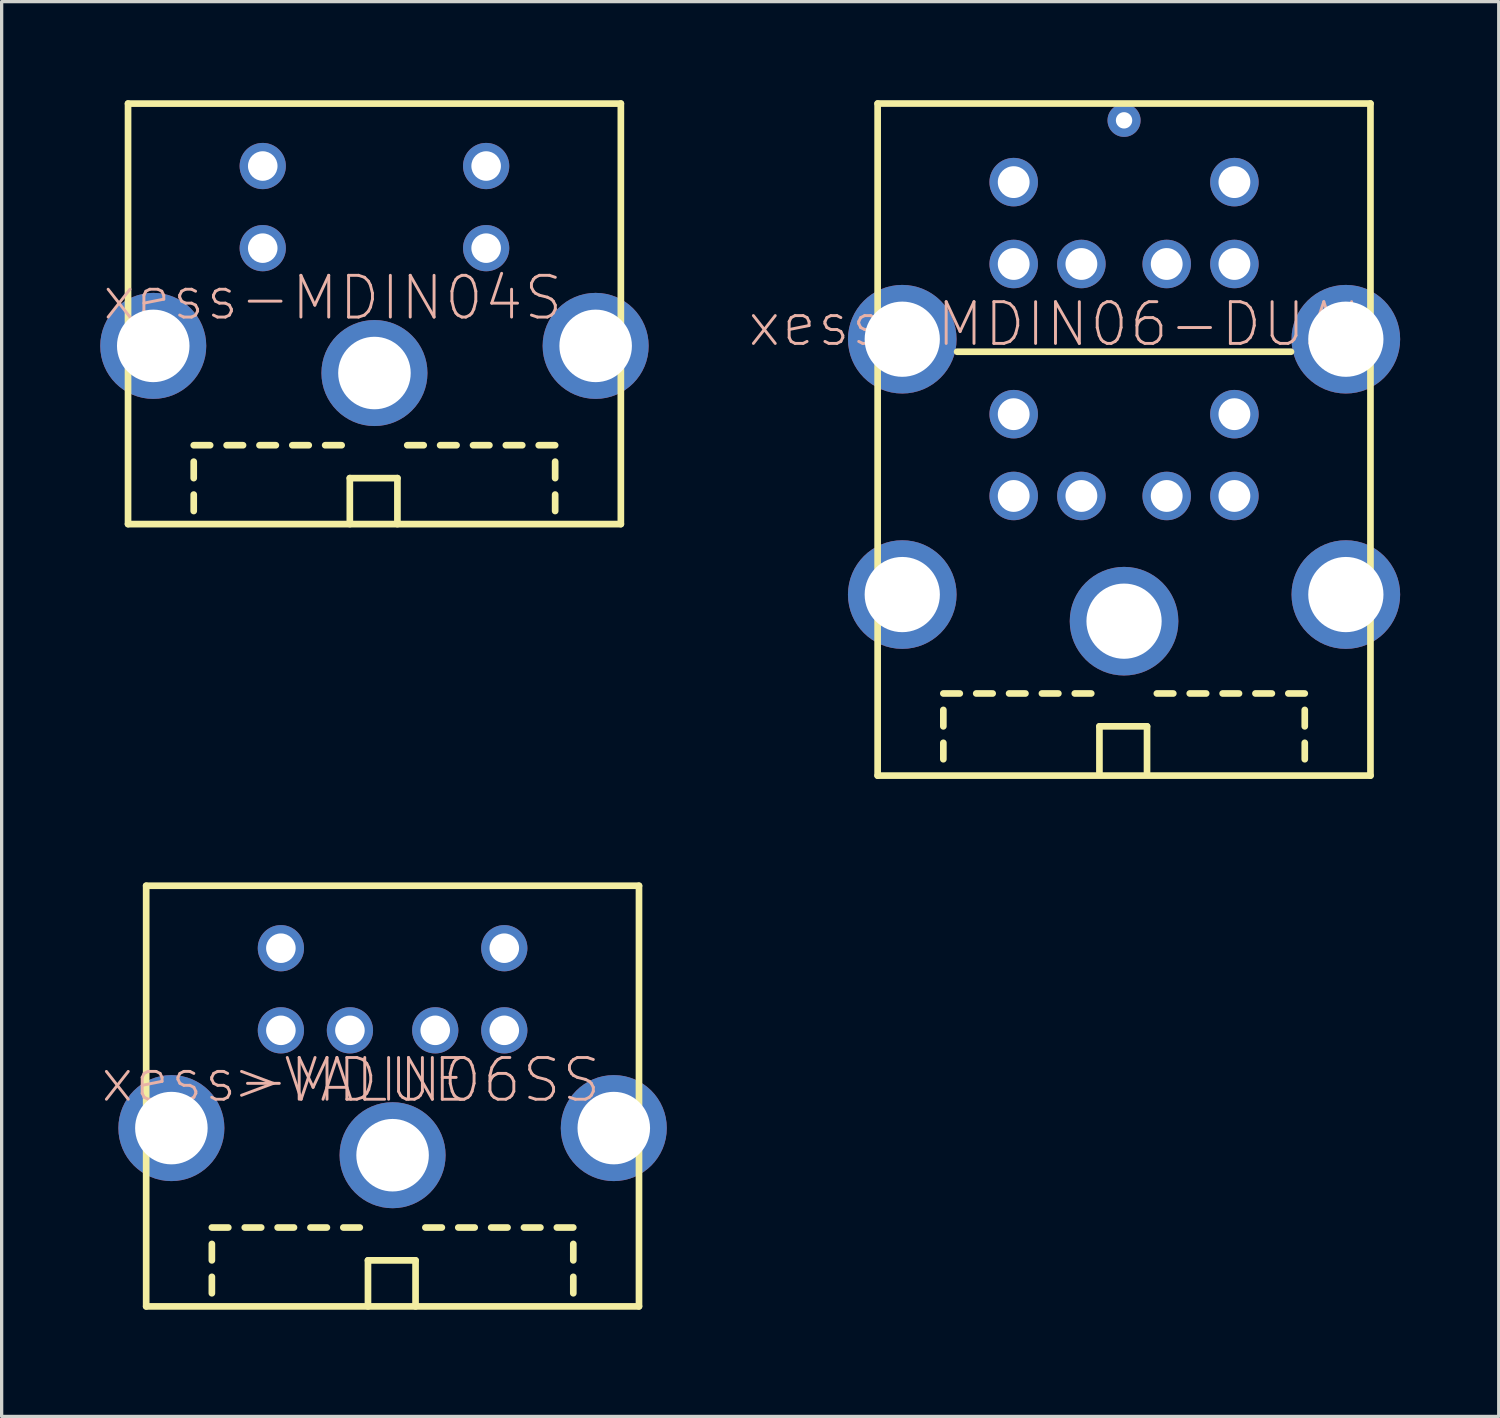
<source format=kicad_pcb>
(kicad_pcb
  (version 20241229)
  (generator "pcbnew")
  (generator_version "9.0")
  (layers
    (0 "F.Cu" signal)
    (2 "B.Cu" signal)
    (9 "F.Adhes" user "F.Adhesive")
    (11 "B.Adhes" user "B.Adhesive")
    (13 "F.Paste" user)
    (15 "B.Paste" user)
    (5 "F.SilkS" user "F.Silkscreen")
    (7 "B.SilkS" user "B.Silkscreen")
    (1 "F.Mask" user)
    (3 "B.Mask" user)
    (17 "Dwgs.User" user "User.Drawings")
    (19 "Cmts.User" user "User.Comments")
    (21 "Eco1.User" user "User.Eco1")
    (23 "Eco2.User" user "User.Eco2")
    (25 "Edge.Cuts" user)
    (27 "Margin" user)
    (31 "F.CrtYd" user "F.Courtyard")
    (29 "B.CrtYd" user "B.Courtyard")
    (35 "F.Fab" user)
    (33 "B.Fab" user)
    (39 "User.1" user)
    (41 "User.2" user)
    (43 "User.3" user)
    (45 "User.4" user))
  (footprint "xess-MDIN04S"
    (layer "F.Cu")
    (at 8.344 5.38)
    (property "Reference" "xess-MDIN04S" (at -1.27 0.635 0) (layer "B.SilkS") (effects (font (size 1.27 1.27) (thickness 0.089))))
    (attr exclude_from_pos_files exclude_from_bom)
    (fp_line (start -7.498 -5.278) (end -7.498 7.518) (stroke (width 0.203) (type solid)) (layer "F.SilkS"))
    (fp_line (start -7.498 7.518) (end 7.498 7.518) (stroke (width 0.203) (type solid)) (layer "F.SilkS"))
    (fp_line (start -5.499 5.118) (end -4.999 5.118) (stroke (width 0.203) (type solid)) (layer "F.SilkS"))
    (fp_line (start -5.499 6.119) (end -5.499 5.618) (stroke (width 0.203) (type solid)) (layer "F.SilkS"))
    (fp_line (start -5.499 7.12) (end -5.499 6.619) (stroke (width 0.203) (type solid)) (layer "F.SilkS"))
    (fp_line (start -4.498 5.118) (end -3.998 5.118) (stroke (width 0.203) (type solid)) (layer "F.SilkS"))
    (fp_line (start -3.498 5.118) (end -3 5.118) (stroke (width 0.203) (type solid)) (layer "F.SilkS"))
    (fp_line (start -2.499 5.118) (end -1.999 5.118) (stroke (width 0.203) (type solid)) (layer "F.SilkS"))
    (fp_line (start -1.499 5.118) (end -0.998 5.118) (stroke (width 0.203) (type solid)) (layer "F.SilkS"))
    (fp_line (start -0.749 6.119) (end 0.699 6.119) (stroke (width 0.203) (type solid)) (layer "F.SilkS"))
    (fp_line (start -0.749 7.518) (end -0.749 6.119) (stroke (width 0.203) (type solid)) (layer "F.SilkS"))
    (fp_line (start 0.699 6.119) (end 0.699 7.518) (stroke (width 0.203) (type solid)) (layer "F.SilkS"))
    (fp_line (start 0.998 5.118) (end 1.499 5.118) (stroke (width 0.203) (type solid)) (layer "F.SilkS"))
    (fp_line (start 1.999 5.118) (end 2.499 5.118) (stroke (width 0.203) (type solid)) (layer "F.SilkS"))
    (fp_line (start 3 5.118) (end 3.498 5.118) (stroke (width 0.203) (type solid)) (layer "F.SilkS"))
    (fp_line (start 3.998 5.118) (end 4.498 5.118) (stroke (width 0.203) (type solid)) (layer "F.SilkS"))
    (fp_line (start 4.999 5.118) (end 5.499 5.118) (stroke (width 0.203) (type solid)) (layer "F.SilkS"))
    (fp_line (start 5.499 6.119) (end 5.499 5.618) (stroke (width 0.203) (type solid)) (layer "F.SilkS"))
    (fp_line (start 5.499 7.12) (end 5.499 6.619) (stroke (width 0.203) (type solid)) (layer "F.SilkS"))
    (fp_line (start 7.498 -5.278) (end -7.498 -5.278) (stroke (width 0.203) (type solid)) (layer "F.SilkS"))
    (fp_line (start 7.498 7.518) (end 7.498 -5.278) (stroke (width 0.203) (type solid)) (layer "F.SilkS"))
    (pad "1" thru_hole circle (at 3.399 -0.879) (size 1.407 1.407) (drill 0.899) (layers "*.Cu" "*.Mask"))
    (pad "2" thru_hole circle (at -3.399 -0.879) (size 1.407 1.407) (drill 0.899) (layers "*.Cu" "*.Mask"))
    (pad "3" thru_hole circle (at 3.399 -3.378) (size 1.407 1.407) (drill 0.899) (layers "*.Cu" "*.Mask"))
    (pad "4" thru_hole circle (at -3.399 -3.378) (size 1.407 1.407) (drill 0.899) (layers "*.Cu" "*.Mask"))
    (pad "S1" thru_hole circle (at 0 2.921) (size 3.226 3.226) (drill 2.207) (layers "*.Cu" "*.Mask"))
    (pad "S2" thru_hole circle (at -6.731 2.095) (size 3.226 3.226) (drill 2.207) (layers "*.Cu" "*.Mask"))
    (pad "S3" thru_hole circle (at 6.731 2.095) (size 3.226 3.226) (drill 2.207) (layers "*.Cu" "*.Mask")))
  (footprint "xess-MDIN06SS"
    (layer "F.Cu")
    (at 8.896 36.801)
    (property "Reference" "xess-MDIN06SS" (at -1.27 -6.985 0) (layer "B.SilkS") (effects (font (size 1.27 1.27) (thickness 0.089))))
    (attr exclude_from_pos_files exclude_from_bom)
    (fp_line (start -7.498 -12.898) (end -7.498 -0.099) (stroke (width 0.203) (type solid)) (layer "F.SilkS"))
    (fp_line (start -7.498 -0.099) (end 7.498 -0.099) (stroke (width 0.203) (type solid)) (layer "F.SilkS"))
    (fp_line (start -5.499 -2.499) (end -4.999 -2.499) (stroke (width 0.203) (type solid)) (layer "F.SilkS"))
    (fp_line (start -5.499 -1.499) (end -5.499 -1.999) (stroke (width 0.203) (type solid)) (layer "F.SilkS"))
    (fp_line (start -5.499 -0.498) (end -5.499 -0.998) (stroke (width 0.203) (type solid)) (layer "F.SilkS"))
    (fp_line (start -4.498 -2.499) (end -3.998 -2.499) (stroke (width 0.203) (type solid)) (layer "F.SilkS"))
    (fp_line (start -3.498 -2.499) (end -3 -2.499) (stroke (width 0.203) (type solid)) (layer "F.SilkS"))
    (fp_line (start -2.499 -2.499) (end -1.999 -2.499) (stroke (width 0.203) (type solid)) (layer "F.SilkS"))
    (fp_line (start -1.499 -2.499) (end -0.998 -2.499) (stroke (width 0.203) (type solid)) (layer "F.SilkS"))
    (fp_line (start -0.749 -1.499) (end 0.699 -1.499) (stroke (width 0.203) (type solid)) (layer "F.SilkS"))
    (fp_line (start -0.749 -0.099) (end -0.749 -1.499) (stroke (width 0.203) (type solid)) (layer "F.SilkS"))
    (fp_line (start 0.699 -1.499) (end 0.699 -0.099) (stroke (width 0.203) (type solid)) (layer "F.SilkS"))
    (fp_line (start 0.998 -2.499) (end 1.499 -2.499) (stroke (width 0.203) (type solid)) (layer "F.SilkS"))
    (fp_line (start 1.999 -2.499) (end 2.499 -2.499) (stroke (width 0.203) (type solid)) (layer "F.SilkS"))
    (fp_line (start 3 -2.499) (end 3.498 -2.499) (stroke (width 0.203) (type solid)) (layer "F.SilkS"))
    (fp_line (start 3.998 -2.499) (end 4.498 -2.499) (stroke (width 0.203) (type solid)) (layer "F.SilkS"))
    (fp_line (start 4.999 -2.499) (end 5.499 -2.499) (stroke (width 0.203) (type solid)) (layer "F.SilkS"))
    (fp_line (start 5.499 -1.499) (end 5.499 -1.999) (stroke (width 0.203) (type solid)) (layer "F.SilkS"))
    (fp_line (start 5.499 -0.498) (end 5.499 -0.998) (stroke (width 0.203) (type solid)) (layer "F.SilkS"))
    (fp_line (start 7.498 -12.898) (end -7.498 -12.898) (stroke (width 0.203) (type solid)) (layer "F.SilkS"))
    (fp_line (start 7.498 -0.099) (end 7.498 -12.898) (stroke (width 0.203) (type solid)) (layer "F.SilkS"))
    (fp_text user ">VALUE" (at -1.27 -6.985 0) (layer "B.SilkS") (effects (font (size 1.27 1.27) (thickness 0.089))))
    (pad "1" thru_hole circle (at 1.298 -8.499) (size 1.407 1.407) (drill 0.899) (layers "*.Cu" "*.Mask"))
    (pad "2" thru_hole circle (at -1.298 -8.499) (size 1.407 1.407) (drill 0.899) (layers "*.Cu" "*.Mask"))
    (pad "3" thru_hole circle (at 3.399 -8.499) (size 1.407 1.407) (drill 0.899) (layers "*.Cu" "*.Mask"))
    (pad "4" thru_hole circle (at -3.399 -8.499) (size 1.407 1.407) (drill 0.899) (layers "*.Cu" "*.Mask"))
    (pad "5" thru_hole circle (at 3.399 -10.998) (size 1.407 1.407) (drill 0.899) (layers "*.Cu" "*.Mask"))
    (pad "6" thru_hole circle (at -3.399 -10.998) (size 1.407 1.407) (drill 0.899) (layers "*.Cu" "*.Mask"))
    (pad "S1" thru_hole circle (at 0 -4.699) (size 3.226 3.226) (drill 2.207) (layers "*.Cu" "*.Mask"))
    (pad "S2" thru_hole circle (at -6.731 -5.524) (size 3.226 3.226) (drill 2.207) (layers "*.Cu" "*.Mask"))
    (pad "S3" thru_hole circle (at 6.731 -5.524) (size 3.226 3.226) (drill 2.207) (layers "*.Cu" "*.Mask")))
  (footprint "xess-MDIN06-DUAL"
    (layer "F.Cu")
    (at 31.154 20.551)
    (property "Reference" "xess-MDIN06-DUAL" (at -1.905 -13.734 0) (layer "B.SilkS") (effects (font (size 1.27 1.27) (thickness 0.089))))
    (attr exclude_from_pos_files exclude_from_bom)
    (fp_line (start -7.498 -20.45) (end -7.498 0) (stroke (width 0.203) (type solid)) (layer "F.SilkS"))
    (fp_line (start -7.498 0) (end 7.498 0) (stroke (width 0.203) (type solid)) (layer "F.SilkS"))
    (fp_line (start -5.499 -2.499) (end -4.999 -2.499) (stroke (width 0.203) (type solid)) (layer "F.SilkS"))
    (fp_line (start -5.499 -1.499) (end -5.499 -1.999) (stroke (width 0.203) (type solid)) (layer "F.SilkS"))
    (fp_line (start -5.499 -0.498) (end -5.499 -0.998) (stroke (width 0.203) (type solid)) (layer "F.SilkS"))
    (fp_line (start -5.08 -12.898) (end 5.08 -12.898) (stroke (width 0.203) (type solid)) (layer "F.SilkS"))
    (fp_line (start -4.498 -2.499) (end -3.998 -2.499) (stroke (width 0.203) (type solid)) (layer "F.SilkS"))
    (fp_line (start -3.498 -2.499) (end -3 -2.499) (stroke (width 0.203) (type solid)) (layer "F.SilkS"))
    (fp_line (start -2.499 -2.499) (end -1.999 -2.499) (stroke (width 0.203) (type solid)) (layer "F.SilkS"))
    (fp_line (start -1.499 -2.499) (end -0.998 -2.499) (stroke (width 0.203) (type solid)) (layer "F.SilkS"))
    (fp_line (start -0.749 -1.499) (end 0.699 -1.499) (stroke (width 0.203) (type solid)) (layer "F.SilkS"))
    (fp_line (start -0.749 -0.099) (end -0.749 -1.499) (stroke (width 0.203) (type solid)) (layer "F.SilkS"))
    (fp_line (start 0.699 -1.499) (end 0.699 -0.099) (stroke (width 0.203) (type solid)) (layer "F.SilkS"))
    (fp_line (start 0.998 -2.499) (end 1.499 -2.499) (stroke (width 0.203) (type solid)) (layer "F.SilkS"))
    (fp_line (start 1.999 -2.499) (end 2.499 -2.499) (stroke (width 0.203) (type solid)) (layer "F.SilkS"))
    (fp_line (start 3 -2.499) (end 3.498 -2.499) (stroke (width 0.203) (type solid)) (layer "F.SilkS"))
    (fp_line (start 3.998 -2.499) (end 4.498 -2.499) (stroke (width 0.203) (type solid)) (layer "F.SilkS"))
    (fp_line (start 4.999 -2.499) (end 5.499 -2.499) (stroke (width 0.203) (type solid)) (layer "F.SilkS"))
    (fp_line (start 5.499 -1.499) (end 5.499 -1.999) (stroke (width 0.203) (type solid)) (layer "F.SilkS"))
    (fp_line (start 5.499 -0.498) (end 5.499 -0.998) (stroke (width 0.203) (type solid)) (layer "F.SilkS"))
    (fp_line (start 7.498 -20.45) (end -7.498 -20.45) (stroke (width 0.203) (type solid)) (layer "F.SilkS"))
    (fp_line (start 7.498 0) (end 7.498 -20.45) (stroke (width 0.203) (type solid)) (layer "F.SilkS"))
    (pad "1A" thru_hole circle (at 1.298 -8.509) (size 1.476 1.476) (drill 0.968) (layers "*.Cu" "*.Mask"))
    (pad "1B" thru_hole circle (at 1.298 -15.568) (size 1.476 1.476) (drill 0.968) (layers "*.Cu" "*.Mask"))
    (pad "2A" thru_hole circle (at -1.298 -8.509) (size 1.476 1.476) (drill 0.968) (layers "*.Cu" "*.Mask"))
    (pad "2B" thru_hole circle (at -1.298 -15.568) (size 1.476 1.476) (drill 0.968) (layers "*.Cu" "*.Mask"))
    (pad "3A" thru_hole circle (at 3.358 -8.509) (size 1.476 1.476) (drill 0.968) (layers "*.Cu" "*.Mask"))
    (pad "3B" thru_hole circle (at 3.358 -15.568) (size 1.476 1.476) (drill 0.968) (layers "*.Cu" "*.Mask"))
    (pad "4A" thru_hole circle (at -3.358 -8.509) (size 1.476 1.476) (drill 0.968) (layers "*.Cu" "*.Mask"))
    (pad "4B" thru_hole circle (at -3.358 -15.568) (size 1.476 1.476) (drill 0.968) (layers "*.Cu" "*.Mask"))
    (pad "5A" thru_hole circle (at 3.358 -10.998) (size 1.476 1.476) (drill 0.968) (layers "*.Cu" "*.Mask"))
    (pad "5B" thru_hole circle (at 3.358 -18.059) (size 1.476 1.476) (drill 0.968) (layers "*.Cu" "*.Mask"))
    (pad "6A" thru_hole circle (at -3.358 -10.998) (size 1.476 1.476) (drill 0.968) (layers "*.Cu" "*.Mask"))
    (pad "6B" thru_hole circle (at -3.358 -18.059) (size 1.476 1.476) (drill 0.968) (layers "*.Cu" "*.Mask"))
    (pad "S1A" thru_hole circle (at 0 -4.699) (size 3.305 3.305) (drill 2.289) (layers "*.Cu" "*.Mask"))
    (pad "S1B" thru_hole circle (at 0 -19.939) (size 1.006 1.006) (drill 0.498) (layers "*.Cu" "*.Mask"))
    (pad "S2A" thru_hole circle (at -6.749 -5.509) (size 3.305 3.305) (drill 2.289) (layers "*.Cu" "*.Mask"))
    (pad "S2B" thru_hole circle (at -6.749 -13.279) (size 3.305 3.305) (drill 2.289) (layers "*.Cu" "*.Mask"))
    (pad "S3A" thru_hole circle (at 6.749 -5.509) (size 3.305 3.305) (drill 2.289) (layers "*.Cu" "*.Mask"))
    (pad "S3B" thru_hole circle (at 6.749 -13.279) (size 3.305 3.305) (drill 2.289) (layers "*.Cu" "*.Mask")))
  (gr_rect
    (start -3 -3)
    (end 42.555 40.051)
    (stroke (width 0.1) (type default))
    (fill no)
    (layer "Edge.Cuts")))
</source>
